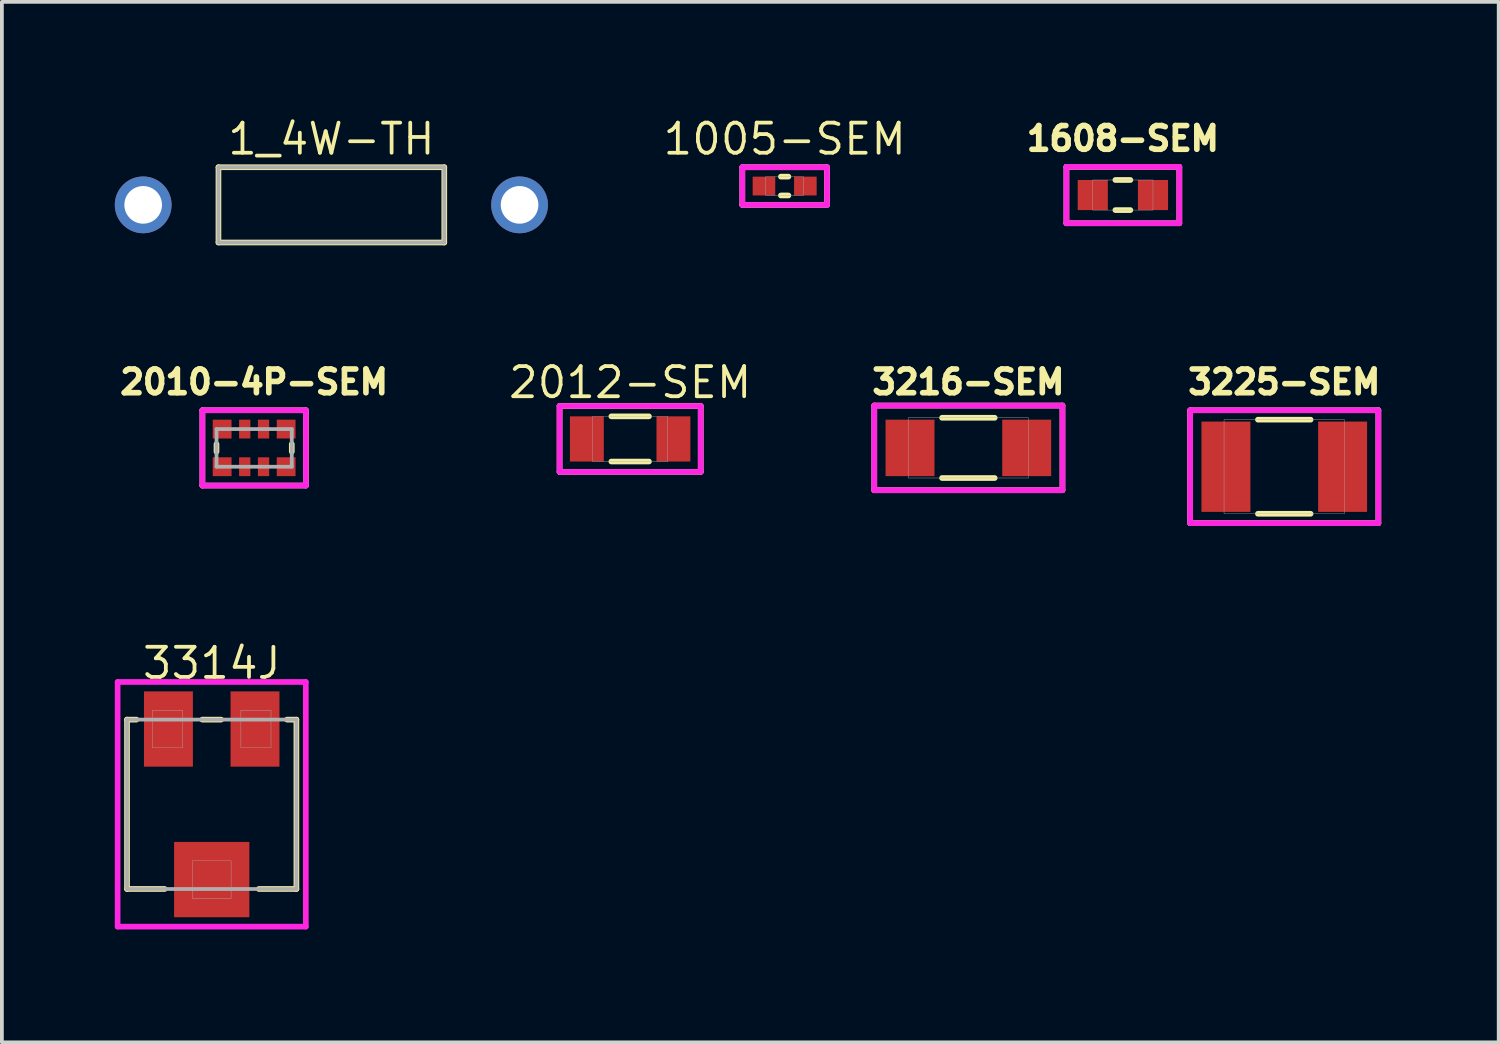
<source format=kicad_pcb>
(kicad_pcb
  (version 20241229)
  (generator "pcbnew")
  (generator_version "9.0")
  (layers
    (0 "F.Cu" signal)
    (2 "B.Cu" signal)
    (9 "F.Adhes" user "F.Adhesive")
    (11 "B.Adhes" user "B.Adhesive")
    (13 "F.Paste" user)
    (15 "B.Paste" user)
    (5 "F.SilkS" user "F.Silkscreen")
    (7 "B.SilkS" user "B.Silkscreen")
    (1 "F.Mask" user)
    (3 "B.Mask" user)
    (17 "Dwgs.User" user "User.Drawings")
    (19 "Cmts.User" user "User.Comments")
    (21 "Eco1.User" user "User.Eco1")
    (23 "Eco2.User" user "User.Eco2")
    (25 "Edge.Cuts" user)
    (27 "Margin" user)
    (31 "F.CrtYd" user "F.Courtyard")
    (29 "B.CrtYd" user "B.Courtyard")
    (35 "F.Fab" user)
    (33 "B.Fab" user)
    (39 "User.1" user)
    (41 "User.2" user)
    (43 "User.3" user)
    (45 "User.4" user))
  (footprint "1_4W-TH"
    (layer "F.Cu")
    (at 5.754 2.393)
    (property "Reference" "1_4W-TH" (at 0 -1.75 0) (layer "F.SilkS") (effects (font (size 0.8 0.8) (thickness 0.1))))
    (attr through_hole)
    (fp_line (start -3 -1) (end -3 1) (stroke (width 0.15) (type solid)) (layer "F.SilkS"))
    (fp_line (start -3 1) (end 3 1) (stroke (width 0.15) (type solid)) (layer "F.SilkS"))
    (fp_line (start 3 -1) (end -3 -1) (stroke (width 0.15) (type solid)) (layer "F.SilkS"))
    (fp_line (start 3 1) (end 3 -1) (stroke (width 0.15) (type solid)) (layer "F.SilkS"))
    (fp_line (start -3 -1) (end -3 1) (stroke (width 0.1) (type solid)) (layer "F.Fab"))
    (fp_line (start -3 1) (end 3 1) (stroke (width 0.1) (type solid)) (layer "F.Fab"))
    (fp_line (start 3 -1) (end -3 -1) (stroke (width 0.1) (type solid)) (layer "F.Fab"))
    (fp_line (start 3 1) (end 3 -1) (stroke (width 0.1) (type solid)) (layer "F.Fab"))
    (pad "1" thru_hole circle (at -5 0) (size 1.508 1.508) (drill 1) (layers "*.Cu" "*.Mask"))
    (pad "2" thru_hole circle (at 5 0) (size 1.508 1.508) (drill 1) (layers "*.Cu" "*.Mask")))
  (footprint "1608-SEM"
    (layer "F.Cu")
    (at 26.783 2.132)
    (property "Reference" "1608-SEM" (at 0 -1.5 0) (layer "F.SilkS") (effects (font (size 0.63 0.63) (thickness 0.15))))
    (attr smd)
    (fp_line (start -1.5 -0.75) (end -1.5 0.75) (stroke (width 0.15) (type solid)) (layer "F.SilkS"))
    (fp_line (start -1.5 0.75) (end 1.5 0.75) (stroke (width 0.15) (type solid)) (layer "F.SilkS"))
    (fp_line (start -0.2 -0.4) (end 0.2 -0.4) (stroke (width 0.15) (type solid)) (layer "F.SilkS"))
    (fp_line (start -0.2 0.4) (end 0.2 0.4) (stroke (width 0.15) (type solid)) (layer "F.SilkS"))
    (fp_line (start 1.5 -0.75) (end -1.5 -0.75) (stroke (width 0.15) (type solid)) (layer "F.SilkS"))
    (fp_line (start 1.5 0.75) (end 1.5 -0.75) (stroke (width 0.15) (type solid)) (layer "F.SilkS"))
    (fp_line (start -1.5 -0.75) (end -1.5 0.75) (stroke (width 0.15) (type solid)) (layer "F.CrtYd"))
    (fp_line (start -1.5 0.75) (end 1.5 0.75) (stroke (width 0.15) (type solid)) (layer "F.CrtYd"))
    (fp_line (start 1.5 -0.75) (end -1.5 -0.75) (stroke (width 0.15) (type solid)) (layer "F.CrtYd"))
    (fp_line (start 1.5 0.75) (end 1.5 -0.75) (stroke (width 0.15) (type solid)) (layer "F.CrtYd"))
    (fp_poly (pts (xy -0.8 -0.4) (xy 0.8 -0.4) (xy 0.8 0.4) (xy -0.8 0.4)) (stroke (width 0.01) (type solid)) (fill no) (layer "F.Fab"))
    (pad "1" smd rect (at -0.8 0) (size 0.8 0.8) (layers "F.Cu" "F.Mask" "F.Paste"))
    (pad "2" smd rect (at 0.8 0) (size 0.8 0.8) (layers "F.Cu" "F.Mask" "F.Paste")))
  (footprint "2012-SEM"
    (layer "F.Cu")
    (at 13.692 8.612)
    (property "Reference" "2012-SEM" (at 0 -1.5 0) (layer "F.SilkS") (effects (font (size 0.8 0.8) (thickness 0.1))))
    (attr smd)
    (fp_line (start -1.875 -0.875) (end -1.875 0.875) (stroke (width 0.15) (type solid)) (layer "F.SilkS"))
    (fp_line (start -1.875 0.875) (end 1.875 0.875) (stroke (width 0.15) (type solid)) (layer "F.SilkS"))
    (fp_line (start -0.5 -0.6) (end 0.5 -0.6) (stroke (width 0.15) (type solid)) (layer "F.SilkS"))
    (fp_line (start -0.5 0.6) (end 0.5 0.6) (stroke (width 0.15) (type solid)) (layer "F.SilkS"))
    (fp_line (start 1.875 -0.875) (end -1.875 -0.875) (stroke (width 0.15) (type solid)) (layer "F.SilkS"))
    (fp_line (start 1.875 0.875) (end 1.875 -0.875) (stroke (width 0.15) (type solid)) (layer "F.SilkS"))
    (fp_line (start -1.875 -0.875) (end -1.875 0.875) (stroke (width 0.15) (type solid)) (layer "F.CrtYd"))
    (fp_line (start -1.875 0.875) (end 1.875 0.875) (stroke (width 0.15) (type solid)) (layer "F.CrtYd"))
    (fp_line (start 1.875 -0.875) (end -1.875 -0.875) (stroke (width 0.15) (type solid)) (layer "F.CrtYd"))
    (fp_line (start 1.875 0.875) (end 1.875 -0.875) (stroke (width 0.15) (type solid)) (layer "F.CrtYd"))
    (fp_poly (pts (xy -1 -0.6) (xy 1 -0.6) (xy 1 0.6) (xy -1 0.6)) (stroke (width 0.01) (type solid)) (fill no) (layer "F.Fab"))
    (pad "1" smd rect (at -1.15 0) (size 0.9 1.2) (layers "F.Cu" "F.Mask" "F.Paste"))
    (pad "2" smd rect (at 1.15 0) (size 0.9 1.2) (layers "F.Cu" "F.Mask" "F.Paste")))
  (footprint "3314J"
    (layer "F.Cu")
    (at 2.575 18.319)
    (property "Reference" "3314J" (at 0 -3.75 0) (layer "F.SilkS") (effects (font (size 0.8 0.8) (thickness 0.1))))
    (attr smd)
    (fp_line (start -2.25 -2.25) (end -2.25 2.25) (stroke (width 0.15) (type solid)) (layer "F.SilkS"))
    (fp_line (start -2.25 2.25) (end -1.25 2.25) (stroke (width 0.15) (type solid)) (layer "F.SilkS"))
    (fp_line (start -2 -2.25) (end -2.25 -2.25) (stroke (width 0.15) (type solid)) (layer "F.SilkS"))
    (fp_line (start -0.25 -2.25) (end 0.25 -2.25) (stroke (width 0.15) (type solid)) (layer "F.SilkS"))
    (fp_line (start 1.25 2.25) (end 2.25 2.25) (stroke (width 0.15) (type solid)) (layer "F.SilkS"))
    (fp_line (start 2.25 -2.25) (end 2 -2.25) (stroke (width 0.15) (type solid)) (layer "F.SilkS"))
    (fp_line (start 2.25 2.25) (end 2.25 -2.25) (stroke (width 0.15) (type solid)) (layer "F.SilkS"))
    (fp_line (start -2.5 -3.25) (end -2.5 3.25) (stroke (width 0.15) (type solid)) (layer "F.CrtYd"))
    (fp_line (start -2.5 3.25) (end 2.5 3.25) (stroke (width 0.15) (type solid)) (layer "F.CrtYd"))
    (fp_line (start 2.5 -3.25) (end -2.5 -3.25) (stroke (width 0.15) (type solid)) (layer "F.CrtYd"))
    (fp_line (start 2.5 3.25) (end 2.5 -3.25) (stroke (width 0.15) (type solid)) (layer "F.CrtYd"))
    (fp_line (start -2.25 -2.25) (end 2.25 -2.25) (stroke (width 0.1) (type solid)) (layer "F.Fab"))
    (fp_line (start -2.25 2.25) (end -2.25 -2.25) (stroke (width 0.1) (type solid)) (layer "F.Fab"))
    (fp_line (start 2.25 -2.25) (end 2.25 2.25) (stroke (width 0.1) (type solid)) (layer "F.Fab"))
    (fp_line (start 2.25 2.25) (end -2.25 2.25) (stroke (width 0.1) (type solid)) (layer "F.Fab"))
    (fp_poly (pts (xy -1.575 -2.5) (xy -0.775 -2.5) (xy -0.775 -1.5) (xy -1.575 -1.5)) (stroke (width 0.01) (type solid)) (fill no) (layer "F.Fab"))
    (fp_poly (pts (xy -0.515 1.5) (xy 0.515 1.5) (xy 0.515 2.5) (xy -0.515 2.5)) (stroke (width 0.01) (type solid)) (fill no) (layer "F.Fab"))
    (fp_poly (pts (xy 0.775 -2.5) (xy 1.575 -2.5) (xy 1.575 -1.5) (xy 0.775 -1.5)) (stroke (width 0.01) (type solid)) (fill no) (layer "F.Fab"))
    (pad "1" smd rect (at -1.15 -2) (size 1.3 2) (layers "F.Cu" "F.Mask" "F.Paste"))
    (pad "2" smd rect (at 0 2) (size 2 2) (layers "F.Cu" "F.Mask" "F.Paste"))
    (pad "3" smd rect (at 1.15 -2) (size 1.3 2) (layers "F.Cu" "F.Mask" "F.Paste")))
  (footprint "3216-SEM"
    (layer "F.Cu")
    (at 22.678 8.85)
    (property "Reference" "3216-SEM" (at 0 -1.75 0) (layer "F.SilkS") (effects (font (size 0.63 0.63) (thickness 0.15))))
    (attr smd)
    (fp_line (start -2.5 -1.125) (end -2.5 1.125) (stroke (width 0.15) (type solid)) (layer "F.SilkS"))
    (fp_line (start -2.5 1.125) (end 2.5 1.125) (stroke (width 0.15) (type solid)) (layer "F.SilkS"))
    (fp_line (start -0.7 -0.8) (end 0.7 -0.8) (stroke (width 0.15) (type solid)) (layer "F.SilkS"))
    (fp_line (start -0.7 0.8) (end 0.7 0.8) (stroke (width 0.15) (type solid)) (layer "F.SilkS"))
    (fp_line (start 2.5 -1.125) (end -2.5 -1.125) (stroke (width 0.15) (type solid)) (layer "F.SilkS"))
    (fp_line (start 2.5 1.125) (end 2.5 -1.125) (stroke (width 0.15) (type solid)) (layer "F.SilkS"))
    (fp_line (start -2.5 -1.125) (end -2.5 1.125) (stroke (width 0.15) (type solid)) (layer "F.CrtYd"))
    (fp_line (start -2.5 1.125) (end 2.5 1.125) (stroke (width 0.15) (type solid)) (layer "F.CrtYd"))
    (fp_line (start 2.5 -1.125) (end -2.5 -1.125) (stroke (width 0.15) (type solid)) (layer "F.CrtYd"))
    (fp_line (start 2.5 1.125) (end 2.5 -1.125) (stroke (width 0.15) (type solid)) (layer "F.CrtYd"))
    (fp_poly (pts (xy -1.6 -0.8) (xy 1.6 -0.8) (xy 1.6 0.8) (xy -1.6 0.8)) (stroke (width 0.01) (type solid)) (fill no) (layer "F.Fab"))
    (pad "1" smd rect (at -1.55 0) (size 1.3 1.5) (layers "F.Cu" "F.Mask" "F.Paste"))
    (pad "2" smd rect (at 1.55 0) (size 1.3 1.5) (layers "F.Cu" "F.Mask" "F.Paste")))
  (footprint "3225-SEM"
    (layer "F.Cu")
    (at 31.071 9.35)
    (property "Reference" "3225-SEM" (at 0 -2.25 0) (layer "F.SilkS") (effects (font (size 0.63 0.63) (thickness 0.15))))
    (attr smd)
    (fp_line (start -2.5 -1.5) (end -2.5 1.5) (stroke (width 0.15) (type solid)) (layer "F.SilkS"))
    (fp_line (start -2.5 1.5) (end 2.5 1.5) (stroke (width 0.15) (type solid)) (layer "F.SilkS"))
    (fp_line (start -0.7 -1.25) (end 0.7 -1.25) (stroke (width 0.15) (type solid)) (layer "F.SilkS"))
    (fp_line (start -0.7 1.25) (end 0.7 1.25) (stroke (width 0.15) (type solid)) (layer "F.SilkS"))
    (fp_line (start 2.5 -1.5) (end -2.5 -1.5) (stroke (width 0.15) (type solid)) (layer "F.SilkS"))
    (fp_line (start 2.5 1.5) (end 2.5 -1.5) (stroke (width 0.15) (type solid)) (layer "F.SilkS"))
    (fp_line (start -2.5 -1.5) (end -2.5 1.5) (stroke (width 0.15) (type solid)) (layer "F.CrtYd"))
    (fp_line (start -2.5 1.5) (end 2.5 1.5) (stroke (width 0.15) (type solid)) (layer "F.CrtYd"))
    (fp_line (start 2.5 -1.5) (end -2.5 -1.5) (stroke (width 0.15) (type solid)) (layer "F.CrtYd"))
    (fp_line (start 2.5 1.5) (end 2.5 -1.5) (stroke (width 0.15) (type solid)) (layer "F.CrtYd"))
    (fp_rect (start -1.6 -1.25) (end 1.6 1.25) (stroke (width 0.01) (type solid)) (fill no) (layer "F.Fab"))
    (pad "1" smd rect (at -1.55 0) (size 1.3 2.4) (layers "F.Cu" "F.Mask" "F.Paste"))
    (pad "2" smd rect (at 1.55 0) (size 1.3 2.4) (layers "F.Cu" "F.Mask" "F.Paste")))
  (footprint "1005-SEM"
    (layer "F.Cu")
    (at 17.797 1.893)
    (property "Reference" "1005-SEM" (at 0 -1.25 0) (layer "F.SilkS") (effects (font (size 0.8 0.8) (thickness 0.1))))
    (attr smd)
    (fp_line (start -1.125 -0.5) (end -1.125 0.5) (stroke (width 0.15) (type solid)) (layer "F.SilkS"))
    (fp_line (start -1.125 0.5) (end 1.125 0.5) (stroke (width 0.15) (type solid)) (layer "F.SilkS"))
    (fp_line (start -0.1 -0.25) (end 0.1 -0.25) (stroke (width 0.15) (type solid)) (layer "F.SilkS"))
    (fp_line (start -0.1 0.25) (end 0.1 0.25) (stroke (width 0.15) (type solid)) (layer "F.SilkS"))
    (fp_line (start 1.125 -0.5) (end -1.125 -0.5) (stroke (width 0.15) (type solid)) (layer "F.SilkS"))
    (fp_line (start 1.125 0.5) (end 1.125 -0.5) (stroke (width 0.15) (type solid)) (layer "F.SilkS"))
    (fp_line (start -1.125 -0.5) (end -1.125 0.5) (stroke (width 0.15) (type solid)) (layer "F.CrtYd"))
    (fp_line (start -1.125 0.5) (end 1.125 0.5) (stroke (width 0.15) (type solid)) (layer "F.CrtYd"))
    (fp_line (start 1.125 -0.5) (end -1.125 -0.5) (stroke (width 0.15) (type solid)) (layer "F.CrtYd"))
    (fp_line (start 1.125 0.5) (end 1.125 -0.5) (stroke (width 0.15) (type solid)) (layer "F.CrtYd"))
    (fp_poly (pts (xy -0.5 -0.25) (xy 0.5 -0.25) (xy 0.5 0.25) (xy -0.5 0.25)) (stroke (width 0.01) (type solid)) (fill no) (layer "F.Fab"))
    (pad "1" smd rect (at -0.55 0) (size 0.6 0.5) (layers "F.Cu" "F.Mask" "F.Paste"))
    (pad "2" smd rect (at 0.55 0) (size 0.6 0.5) (layers "F.Cu" "F.Mask" "F.Paste")))
  (footprint "2010-4P-SEM"
    (layer "F.Cu")
    (at 3.702 8.85)
    (property "Reference" "2010-4P-SEM" (at 0 -1.75 0) (layer "F.SilkS") (effects (font (size 0.63 0.63) (thickness 0.15))))
    (attr smd)
    (fp_line (start -1.375 -1) (end -1.375 1) (stroke (width 0.15) (type solid)) (layer "F.SilkS"))
    (fp_line (start -1.375 1) (end 1.375 1) (stroke (width 0.15) (type solid)) (layer "F.SilkS"))
    (fp_line (start -1 -0.1) (end -1 0.1) (stroke (width 0.15) (type solid)) (layer "F.SilkS"))
    (fp_line (start 1 -0.1) (end 1 0.1) (stroke (width 0.15) (type solid)) (layer "F.SilkS"))
    (fp_line (start 1.375 -1) (end -1.375 -1) (stroke (width 0.15) (type solid)) (layer "F.SilkS"))
    (fp_line (start 1.375 1) (end 1.375 -1) (stroke (width 0.15) (type solid)) (layer "F.SilkS"))
    (fp_line (start -1.375 -1) (end -1.375 1) (stroke (width 0.15) (type solid)) (layer "F.CrtYd"))
    (fp_line (start -1.375 1) (end 1.375 1) (stroke (width 0.15) (type solid)) (layer "F.CrtYd"))
    (fp_line (start 1.375 -1) (end -1.375 -1) (stroke (width 0.15) (type solid)) (layer "F.CrtYd"))
    (fp_line (start 1.375 1) (end 1.375 -1) (stroke (width 0.15) (type solid)) (layer "F.CrtYd"))
    (fp_line (start -1 -0.5) (end -1 0.5) (stroke (width 0.1) (type solid)) (layer "F.Fab"))
    (fp_line (start -1 0.5) (end 1 0.5) (stroke (width 0.1) (type solid)) (layer "F.Fab"))
    (fp_line (start 1 -0.5) (end -1 -0.5) (stroke (width 0.1) (type solid)) (layer "F.Fab"))
    (fp_line (start 1 0.5) (end 1 -0.5) (stroke (width 0.1) (type solid)) (layer "F.Fab"))
    (pad "1" smd rect (at -0.85 -0.5) (size 0.5 0.5) (layers "F.Cu" "F.Mask" "F.Paste"))
    (pad "2" smd rect (at -0.85 0.5) (size 0.5 0.5) (layers "F.Cu" "F.Mask" "F.Paste"))
    (pad "3" smd rect (at -0.25 -0.5) (size 0.3 0.5) (layers "F.Cu" "F.Mask" "F.Paste"))
    (pad "4" smd rect (at -0.25 0.5) (size 0.3 0.5) (layers "F.Cu" "F.Mask" "F.Paste"))
    (pad "5" smd rect (at 0.25 -0.5) (size 0.3 0.5) (layers "F.Cu" "F.Mask" "F.Paste"))
    (pad "6" smd rect (at 0.25 0.5) (size 0.3 0.5) (layers "F.Cu" "F.Mask" "F.Paste"))
    (pad "7" smd rect (at 0.85 -0.5) (size 0.5 0.5) (layers "F.Cu" "F.Mask" "F.Paste"))
    (pad "8" smd rect (at 0.85 0.5) (size 0.5 0.5) (layers "F.Cu" "F.Mask" "F.Paste")))
  (gr_rect
    (start -3 -3)
    (end 36.768 24.644)
    (stroke (width 0.1) (type default))
    (fill no)
    (layer "Edge.Cuts")))
</source>
